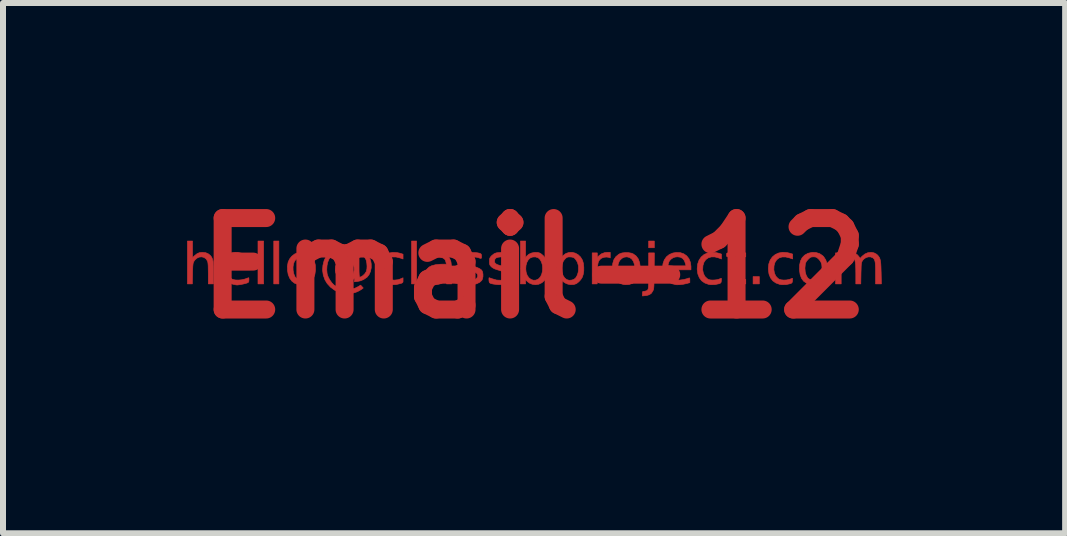
<source format=kicad_pcb>
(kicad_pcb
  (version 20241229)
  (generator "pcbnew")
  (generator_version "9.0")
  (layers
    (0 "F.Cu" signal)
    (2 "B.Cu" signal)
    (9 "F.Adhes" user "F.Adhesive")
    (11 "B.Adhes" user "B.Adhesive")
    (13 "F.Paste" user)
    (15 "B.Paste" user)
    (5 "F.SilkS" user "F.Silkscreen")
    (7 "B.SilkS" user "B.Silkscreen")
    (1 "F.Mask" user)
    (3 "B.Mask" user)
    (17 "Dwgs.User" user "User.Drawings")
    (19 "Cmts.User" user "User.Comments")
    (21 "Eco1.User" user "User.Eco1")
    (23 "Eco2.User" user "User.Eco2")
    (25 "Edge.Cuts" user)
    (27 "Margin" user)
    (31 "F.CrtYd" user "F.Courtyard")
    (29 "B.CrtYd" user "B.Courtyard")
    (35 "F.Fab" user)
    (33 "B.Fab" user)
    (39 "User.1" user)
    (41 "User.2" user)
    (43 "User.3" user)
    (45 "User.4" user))
  (footprint "Email-12"
    (layer "F.Cu")
    (at 5.849 1.418)
    (property "Reference" "Email-12" (at 0 0 0) (layer "F.Cu") (effects (font (size 1.524 1.524) (thickness 0.3))))
    (attr through_hole)
    (fp_poly (pts (xy -4.506 0.263) (xy -4.6 0.263) (xy -4.6 -0.452) (xy -4.506 -0.452) (xy -4.506 0.263)) (stroke (width 0.01) (type solid)) (fill yes) (layer "F.Cu"))
    (fp_poly (pts (xy -4.252 0.263) (xy -4.337 0.263) (xy -4.337 -0.452) (xy -4.252 -0.452) (xy -4.252 0.263)) (stroke (width 0.01) (type solid)) (fill yes) (layer "F.Cu"))
    (fp_poly (pts (xy -1.957 0.263) (xy -2.041 0.263) (xy -2.041 -0.452) (xy -1.957 -0.452) (xy -1.957 0.263)) (stroke (width 0.01) (type solid)) (fill yes) (layer "F.Cu"))
    (fp_poly (pts (xy 2.004 -0.339) (xy 1.91 -0.339) (xy 1.91 -0.452) (xy 2.004 -0.452) (xy 2.004 -0.339)) (stroke (width 0.01) (type solid)) (fill yes) (layer "F.Cu"))
    (fp_poly (pts (xy 3.754 0.263) (xy 3.65 0.263) (xy 3.65 0.141) (xy 3.754 0.141) (xy 3.754 0.263)) (stroke (width 0.01) (type solid)) (fill yes) (layer "F.Cu"))
    (fp_poly (pts (xy 1.27 -0.263) (xy 1.27 -0.17) (xy 1.244 -0.18) (xy 1.209 -0.185) (xy 1.167 -0.181) (xy 1.13 -0.168) (xy 1.115 -0.159) (xy 1.097 -0.142) (xy 1.083 -0.125) (xy 1.072 -0.104) (xy 1.065 -0.075) (xy 1.06 -0.037) (xy 1.057 0.013) (xy 1.056 0.08) (xy 1.055 0.092) (xy 1.052 0.263) (xy 0.969 0.263) (xy 0.969 -0.254) (xy 1.054 -0.254) (xy 1.054 -0.177) (xy 1.08 -0.205) (xy 1.124 -0.239) (xy 1.179 -0.259) (xy 1.224 -0.263) (xy 1.27 -0.263)) (stroke (width 0.01) (type solid)) (fill yes) (layer "F.Cu"))
    (fp_poly (pts (xy 2.002 0.045) (xy 2.001 0.128) (xy 2 0.195) (xy 1.999 0.248) (xy 1.998 0.288) (xy 1.996 0.318) (xy 1.993 0.34) (xy 1.99 0.357) (xy 1.985 0.369) (xy 1.98 0.38) (xy 1.955 0.419) (xy 1.921 0.443) (xy 1.877 0.456) (xy 1.86 0.458) (xy 1.806 0.464) (xy 1.806 0.425) (xy 1.807 0.4) (xy 1.813 0.389) (xy 1.828 0.386) (xy 1.839 0.386) (xy 1.874 0.378) (xy 1.891 0.365) (xy 1.896 0.359) (xy 1.9 0.351) (xy 1.903 0.339) (xy 1.906 0.322) (xy 1.907 0.297) (xy 1.909 0.263) (xy 1.909 0.216) (xy 1.91 0.156) (xy 1.91 0.08) (xy 1.91 0.045) (xy 1.91 -0.254) (xy 2.005 -0.254) (xy 2.002 0.045)) (stroke (width 0.01) (type solid)) (fill yes) (layer "F.Cu"))
    (fp_poly (pts (xy 3.358 -0.254) (xy 3.528 -0.254) (xy 3.528 -0.188) (xy 3.358 -0.188) (xy 3.358 -0.021) (xy 3.359 0.047) (xy 3.36 0.098) (xy 3.363 0.135) (xy 3.37 0.16) (xy 3.381 0.176) (xy 3.397 0.184) (xy 3.42 0.188) (xy 3.451 0.188) (xy 3.458 0.188) (xy 3.528 0.188) (xy 3.528 0.263) (xy 3.455 0.262) (xy 3.417 0.261) (xy 3.385 0.259) (xy 3.365 0.257) (xy 3.363 0.257) (xy 3.343 0.248) (xy 3.319 0.233) (xy 3.315 0.23) (xy 3.298 0.213) (xy 3.285 0.188) (xy 3.276 0.153) (xy 3.27 0.107) (xy 3.266 0.047) (xy 3.264 -0.03) (xy 3.264 -0.05) (xy 3.264 -0.188) (xy 3.236 -0.188) (xy 3.217 -0.19) (xy 3.209 -0.199) (xy 3.208 -0.221) (xy 3.209 -0.243) (xy 3.217 -0.252) (xy 3.236 -0.254) (xy 3.264 -0.254) (xy 3.264 -0.395) (xy 3.358 -0.395) (xy 3.358 -0.254)) (stroke (width 0.01) (type solid)) (fill yes) (layer "F.Cu"))
    (fp_poly (pts (xy -5.691 -0.175) (xy -5.656 -0.208) (xy -5.616 -0.24) (xy -5.576 -0.258) (xy -5.531 -0.263) (xy -5.528 -0.263) (xy -5.47 -0.257) (xy -5.424 -0.236) (xy -5.394 -0.211) (xy -5.378 -0.191) (xy -5.366 -0.17) (xy -5.357 -0.145) (xy -5.35 -0.113) (xy -5.346 -0.071) (xy -5.344 -0.017) (xy -5.343 0.053) (xy -5.343 0.079) (xy -5.343 0.263) (xy -5.428 0.263) (xy -5.428 0.089) (xy -5.429 0.018) (xy -5.43 -0.036) (xy -5.433 -0.076) (xy -5.437 -0.103) (xy -5.441 -0.116) (xy -5.465 -0.154) (xy -5.499 -0.178) (xy -5.538 -0.188) (xy -5.579 -0.184) (xy -5.618 -0.166) (xy -5.653 -0.134) (xy -5.667 -0.113) (xy -5.674 -0.099) (xy -5.68 -0.083) (xy -5.683 -0.062) (xy -5.686 -0.033) (xy -5.688 0.008) (xy -5.69 0.063) (xy -5.69 0.092) (xy -5.694 0.263) (xy -5.776 0.263) (xy -5.776 -0.452) (xy -5.691 -0.452) (xy -5.691 -0.175)) (stroke (width 0.01) (type solid)) (fill yes) (layer "F.Cu"))
    (fp_poly (pts (xy -2.283 -0.259) (xy -2.233 -0.248) (xy -2.183 -0.232) (xy -2.183 -0.152) (xy -2.234 -0.17) (xy -2.301 -0.186) (xy -2.36 -0.186) (xy -2.411 -0.17) (xy -2.452 -0.14) (xy -2.482 -0.096) (xy -2.498 -0.041) (xy -2.501 0.022) (xy -2.49 0.087) (xy -2.467 0.137) (xy -2.432 0.172) (xy -2.385 0.193) (xy -2.33 0.2) (xy -2.263 0.193) (xy -2.227 0.18) (xy -2.183 0.161) (xy -2.183 0.202) (xy -2.183 0.227) (xy -2.189 0.241) (xy -2.204 0.25) (xy -2.227 0.257) (xy -2.298 0.274) (xy -2.364 0.277) (xy -2.396 0.273) (xy -2.461 0.251) (xy -2.513 0.214) (xy -2.554 0.163) (xy -2.566 0.143) (xy -2.579 0.112) (xy -2.587 0.085) (xy -2.591 0.053) (xy -2.591 0.01) (xy -2.591 0.009) (xy -2.589 -0.052) (xy -2.579 -0.1) (xy -2.562 -0.14) (xy -2.536 -0.176) (xy -2.528 -0.185) (xy -2.479 -0.224) (xy -2.42 -0.251) (xy -2.354 -0.262) (xy -2.283 -0.259)) (stroke (width 0.01) (type solid)) (fill yes) (layer "F.Cu"))
    (fp_poly (pts (xy 4.215 -0.259) (xy 4.26 -0.249) (xy 4.309 -0.234) (xy 4.309 -0.153) (xy 4.259 -0.17) (xy 4.193 -0.186) (xy 4.134 -0.186) (xy 4.084 -0.17) (xy 4.044 -0.14) (xy 4.015 -0.095) (xy 3.999 -0.039) (xy 3.996 0.026) (xy 4.006 0.084) (xy 4.029 0.134) (xy 4.064 0.171) (xy 4.085 0.185) (xy 4.118 0.195) (xy 4.162 0.199) (xy 4.208 0.197) (xy 4.25 0.189) (xy 4.266 0.184) (xy 4.289 0.175) (xy 4.304 0.17) (xy 4.306 0.169) (xy 4.307 0.178) (xy 4.307 0.199) (xy 4.307 0.208) (xy 4.303 0.234) (xy 4.294 0.248) (xy 4.274 0.258) (xy 4.27 0.259) (xy 4.202 0.274) (xy 4.131 0.276) (xy 4.092 0.27) (xy 4.029 0.247) (xy 3.978 0.211) (xy 3.94 0.161) (xy 3.915 0.099) (xy 3.905 0.025) (xy 3.904 0.004) (xy 3.912 -0.07) (xy 3.935 -0.134) (xy 3.971 -0.186) (xy 4.019 -0.226) (xy 4.076 -0.252) (xy 4.142 -0.264) (xy 4.215 -0.259)) (stroke (width 0.01) (type solid)) (fill yes) (layer "F.Cu"))
    (fp_poly (pts (xy 3.03 -0.259) (xy 3.075 -0.249) (xy 3.123 -0.234) (xy 3.123 -0.152) (xy 3.076 -0.17) (xy 3.012 -0.187) (xy 2.954 -0.187) (xy 2.904 -0.172) (xy 2.862 -0.142) (xy 2.832 -0.098) (xy 2.814 -0.042) (xy 2.814 -0.038) (xy 2.81 0.028) (xy 2.822 0.088) (xy 2.847 0.138) (xy 2.886 0.176) (xy 2.906 0.188) (xy 2.933 0.196) (xy 2.972 0.199) (xy 3.015 0.197) (xy 3.055 0.192) (xy 3.081 0.184) (xy 3.104 0.175) (xy 3.118 0.17) (xy 3.12 0.169) (xy 3.122 0.178) (xy 3.122 0.199) (xy 3.121 0.208) (xy 3.118 0.234) (xy 3.109 0.248) (xy 3.089 0.258) (xy 3.085 0.259) (xy 3.017 0.274) (xy 2.946 0.276) (xy 2.907 0.27) (xy 2.844 0.247) (xy 2.793 0.211) (xy 2.755 0.161) (xy 2.73 0.099) (xy 2.719 0.025) (xy 2.719 0.004) (xy 2.727 -0.07) (xy 2.75 -0.134) (xy 2.786 -0.186) (xy 2.833 -0.226) (xy 2.891 -0.252) (xy 2.957 -0.264) (xy 3.03 -0.259)) (stroke (width 0.01) (type solid)) (fill yes) (layer "F.Cu"))
    (fp_poly (pts (xy 1.573 -0.258) (xy 1.623 -0.249) (xy 1.653 -0.237) (xy 1.702 -0.201) (xy 1.738 -0.152) (xy 1.76 -0.089) (xy 1.77 -0.013) (xy 1.77 0.005) (xy 1.764 0.083) (xy 1.744 0.149) (xy 1.711 0.202) (xy 1.694 0.219) (xy 1.643 0.253) (xy 1.583 0.273) (xy 1.519 0.276) (xy 1.489 0.272) (xy 1.436 0.256) (xy 1.392 0.228) (xy 1.361 0.197) (xy 1.333 0.155) (xy 1.315 0.106) (xy 1.306 0.045) (xy 1.306 0.04) (xy 1.394 0.04) (xy 1.401 0.083) (xy 1.422 0.131) (xy 1.453 0.167) (xy 1.491 0.19) (xy 1.533 0.2) (xy 1.576 0.194) (xy 1.616 0.173) (xy 1.634 0.157) (xy 1.66 0.116) (xy 1.676 0.064) (xy 1.681 0.006) (xy 1.675 -0.053) (xy 1.658 -0.108) (xy 1.654 -0.116) (xy 1.626 -0.154) (xy 1.589 -0.178) (xy 1.547 -0.188) (xy 1.505 -0.183) (xy 1.465 -0.164) (xy 1.431 -0.131) (xy 1.417 -0.108) (xy 1.402 -0.066) (xy 1.395 -0.014) (xy 1.394 0.04) (xy 1.306 0.04) (xy 1.305 -0.006) (xy 1.312 -0.08) (xy 1.331 -0.142) (xy 1.364 -0.191) (xy 1.41 -0.229) (xy 1.425 -0.238) (xy 1.467 -0.253) (xy 1.519 -0.259) (xy 1.573 -0.258)) (stroke (width 0.01) (type solid)) (fill yes) (layer "F.Cu"))
    (fp_poly (pts (xy -3.849 -0.261) (xy -3.784 -0.247) (xy -3.73 -0.219) (xy -3.689 -0.177) (xy -3.661 -0.122) (xy -3.645 -0.053) (xy -3.642 0.028) (xy -3.642 0.031) (xy -3.651 0.101) (xy -3.671 0.159) (xy -3.703 0.208) (xy -3.71 0.215) (xy -3.747 0.244) (xy -3.796 0.264) (xy -3.852 0.275) (xy -3.91 0.275) (xy -3.932 0.272) (xy -3.989 0.252) (xy -4.036 0.216) (xy -4.072 0.167) (xy -4.097 0.105) (xy -4.109 0.032) (xy -4.109 0.03) (xy -4.109 -0.02) (xy -4.016 -0.02) (xy -4.015 0.036) (xy -4.005 0.09) (xy -3.988 0.135) (xy -3.976 0.154) (xy -3.943 0.181) (xy -3.901 0.197) (xy -3.855 0.2) (xy -3.811 0.188) (xy -3.808 0.187) (xy -3.779 0.162) (xy -3.756 0.123) (xy -3.74 0.075) (xy -3.733 0.022) (xy -3.734 -0.032) (xy -3.744 -0.084) (xy -3.763 -0.127) (xy -3.794 -0.162) (xy -3.833 -0.183) (xy -3.876 -0.188) (xy -3.919 -0.179) (xy -3.958 -0.155) (xy -3.99 -0.117) (xy -3.992 -0.114) (xy -4.008 -0.072) (xy -4.016 -0.02) (xy -4.109 -0.02) (xy -4.108 -0.043) (xy -4.097 -0.103) (xy -4.072 -0.154) (xy -4.038 -0.197) (xy -3.99 -0.235) (xy -3.938 -0.256) (xy -3.878 -0.263) (xy -3.849 -0.261)) (stroke (width 0.01) (type solid)) (fill yes) (layer "F.Cu"))
    (fp_poly (pts (xy -0.141 -0.176) (xy -0.121 -0.202) (xy -0.086 -0.232) (xy -0.041 -0.252) (xy 0.011 -0.262) (xy 0.062 -0.261) (xy 0.097 -0.251) (xy 0.126 -0.232) (xy 0.159 -0.202) (xy 0.189 -0.166) (xy 0.212 -0.13) (xy 0.214 -0.124) (xy 0.223 -0.093) (xy 0.228 -0.048) (xy 0.23 0.005) (xy 0.23 0.052) (xy 0.227 0.087) (xy 0.221 0.114) (xy 0.211 0.141) (xy 0.209 0.147) (xy 0.175 0.203) (xy 0.131 0.243) (xy 0.079 0.268) (xy 0.022 0.276) (xy -0.031 0.268) (xy -0.075 0.25) (xy -0.109 0.225) (xy -0.141 0.194) (xy -0.141 0.263) (xy -0.226 0.263) (xy -0.226 0.012) (xy -0.138 0.012) (xy -0.132 0.067) (xy -0.115 0.119) (xy -0.087 0.16) (xy -0.051 0.188) (xy -0.011 0.202) (xy 0.031 0.2) (xy 0.073 0.181) (xy 0.075 0.179) (xy 0.106 0.147) (xy 0.127 0.104) (xy 0.14 0.053) (xy 0.143 -0.001) (xy 0.138 -0.055) (xy 0.123 -0.104) (xy 0.1 -0.144) (xy 0.069 -0.173) (xy 0.065 -0.174) (xy 0.023 -0.187) (xy -0.023 -0.185) (xy -0.064 -0.169) (xy -0.095 -0.14) (xy -0.119 -0.097) (xy -0.134 -0.045) (xy -0.138 0.012) (xy -0.226 0.012) (xy -0.226 -0.452) (xy -0.141 -0.452) (xy -0.141 -0.176)) (stroke (width 0.01) (type solid)) (fill yes) (layer "F.Cu"))
    (fp_poly (pts (xy 4.699 -0.26) (xy 4.758 -0.242) (xy 4.808 -0.208) (xy 4.826 -0.191) (xy 4.861 -0.137) (xy 4.883 -0.074) (xy 4.892 -0.005) (xy 4.888 0.064) (xy 4.87 0.132) (xy 4.838 0.192) (xy 4.835 0.197) (xy 4.796 0.235) (xy 4.746 0.261) (xy 4.687 0.276) (xy 4.625 0.276) (xy 4.603 0.272) (xy 4.542 0.252) (xy 4.493 0.218) (xy 4.457 0.17) (xy 4.434 0.108) (xy 4.423 0.032) (xy 4.423 0.031) (xy 4.424 0.001) (xy 4.514 0.001) (xy 4.519 0.063) (xy 4.534 0.117) (xy 4.558 0.16) (xy 4.57 0.173) (xy 4.606 0.193) (xy 4.649 0.201) (xy 4.693 0.196) (xy 4.729 0.181) (xy 4.761 0.15) (xy 4.783 0.105) (xy 4.795 0.048) (xy 4.795 0.043) (xy 4.798 -0.017) (xy 4.794 -0.063) (xy 4.781 -0.099) (xy 4.76 -0.131) (xy 4.746 -0.147) (xy 4.721 -0.17) (xy 4.702 -0.182) (xy 4.681 -0.187) (xy 4.657 -0.188) (xy 4.629 -0.187) (xy 4.608 -0.181) (xy 4.589 -0.167) (xy 4.568 -0.147) (xy 4.54 -0.115) (xy 4.525 -0.085) (xy 4.52 -0.065) (xy 4.514 0.001) (xy 4.424 0.001) (xy 4.425 -0.051) (xy 4.44 -0.119) (xy 4.468 -0.174) (xy 4.51 -0.217) (xy 4.565 -0.247) (xy 4.573 -0.249) (xy 4.636 -0.263) (xy 4.699 -0.26)) (stroke (width 0.01) (type solid)) (fill yes) (layer "F.Cu"))
    (fp_poly (pts (xy 0.687 -0.25) (xy 0.734 -0.224) (xy 0.775 -0.185) (xy 0.806 -0.134) (xy 0.807 -0.132) (xy 0.822 -0.08) (xy 0.829 -0.019) (xy 0.829 0.044) (xy 0.82 0.103) (xy 0.804 0.151) (xy 0.803 0.153) (xy 0.779 0.191) (xy 0.746 0.227) (xy 0.712 0.254) (xy 0.702 0.26) (xy 0.661 0.273) (xy 0.613 0.275) (xy 0.564 0.267) (xy 0.523 0.25) (xy 0.496 0.233) (xy 0.477 0.216) (xy 0.471 0.209) (xy 0.467 0.209) (xy 0.464 0.223) (xy 0.462 0.255) (xy 0.461 0.303) (xy 0.461 0.327) (xy 0.461 0.461) (xy 0.367 0.461) (xy 0.367 0.001) (xy 0.461 0.001) (xy 0.467 0.067) (xy 0.483 0.122) (xy 0.51 0.163) (xy 0.544 0.191) (xy 0.586 0.203) (xy 0.633 0.198) (xy 0.666 0.186) (xy 0.693 0.164) (xy 0.716 0.127) (xy 0.733 0.08) (xy 0.741 0.032) (xy 0.74 -0.038) (xy 0.723 -0.098) (xy 0.692 -0.147) (xy 0.672 -0.168) (xy 0.652 -0.179) (xy 0.624 -0.185) (xy 0.611 -0.186) (xy 0.579 -0.187) (xy 0.557 -0.183) (xy 0.538 -0.172) (xy 0.527 -0.164) (xy 0.491 -0.122) (xy 0.469 -0.07) (xy 0.461 -0.006) (xy 0.461 0.001) (xy 0.367 0.001) (xy 0.367 -0.254) (xy 0.461 -0.254) (xy 0.461 -0.186) (xy 0.486 -0.211) (xy 0.531 -0.244) (xy 0.582 -0.261) (xy 0.635 -0.263) (xy 0.687 -0.25)) (stroke (width 0.01) (type solid)) (fill yes) (layer "F.Cu"))
    (fp_poly (pts (xy -4.94 -0.262) (xy -4.877 -0.249) (xy -4.825 -0.22) (xy -4.783 -0.178) (xy -4.754 -0.121) (xy -4.737 -0.052) (xy -4.735 -0.035) (xy -4.729 0.028) (xy -5.125 0.028) (xy -5.118 0.059) (xy -5.1 0.113) (xy -5.074 0.152) (xy -5.039 0.179) (xy -5.019 0.189) (xy -4.98 0.197) (xy -4.931 0.199) (xy -4.877 0.195) (xy -4.826 0.184) (xy -4.812 0.18) (xy -4.783 0.169) (xy -4.761 0.162) (xy -4.753 0.16) (xy -4.752 0.168) (xy -4.751 0.189) (xy -4.751 0.197) (xy -4.753 0.223) (xy -4.761 0.237) (xy -4.782 0.248) (xy -4.783 0.248) (xy -4.805 0.255) (xy -4.838 0.263) (xy -4.875 0.271) (xy -4.912 0.277) (xy -4.941 0.281) (xy -4.955 0.281) (xy -4.968 0.279) (xy -4.993 0.274) (xy -5.016 0.269) (xy -5.08 0.247) (xy -5.132 0.21) (xy -5.172 0.16) (xy -5.198 0.098) (xy -5.21 0.027) (xy -5.208 -0.045) (xy -5.203 -0.065) (xy -5.117 -0.065) (xy -5.116 -0.052) (xy -5.105 -0.044) (xy -5.083 -0.04) (xy -5.047 -0.038) (xy -4.995 -0.038) (xy -4.968 -0.038) (xy -4.819 -0.038) (xy -4.827 -0.076) (xy -4.836 -0.106) (xy -4.847 -0.13) (xy -4.849 -0.134) (xy -4.882 -0.165) (xy -4.923 -0.183) (xy -4.968 -0.189) (xy -5.013 -0.181) (xy -5.054 -0.162) (xy -5.087 -0.131) (xy -5.099 -0.11) (xy -5.111 -0.084) (xy -5.117 -0.065) (xy -5.203 -0.065) (xy -5.193 -0.106) (xy -5.163 -0.159) (xy -5.133 -0.193) (xy -5.085 -0.232) (xy -5.035 -0.254) (xy -4.978 -0.263) (xy -4.94 -0.262)) (stroke (width 0.01) (type solid)) (fill yes) (layer "F.Cu"))
    (fp_poly (pts (xy 2.438 -0.258) (xy 2.496 -0.238) (xy 2.544 -0.204) (xy 2.581 -0.157) (xy 2.605 -0.098) (xy 2.615 -0.029) (xy 2.615 -0.017) (xy 2.615 0.028) (xy 2.422 0.028) (xy 2.356 0.028) (xy 2.306 0.029) (xy 2.271 0.03) (xy 2.248 0.034) (xy 2.235 0.039) (xy 2.231 0.048) (xy 2.232 0.061) (xy 2.238 0.078) (xy 2.24 0.086) (xy 2.265 0.137) (xy 2.299 0.172) (xy 2.323 0.186) (xy 2.369 0.197) (xy 2.427 0.199) (xy 2.49 0.191) (xy 2.553 0.175) (xy 2.58 0.165) (xy 2.59 0.163) (xy 2.595 0.171) (xy 2.596 0.194) (xy 2.596 0.2) (xy 2.596 0.242) (xy 2.542 0.257) (xy 2.485 0.269) (xy 2.429 0.276) (xy 2.38 0.277) (xy 2.366 0.276) (xy 2.3 0.26) (xy 2.247 0.233) (xy 2.208 0.199) (xy 2.176 0.159) (xy 2.155 0.119) (xy 2.144 0.072) (xy 2.141 0.014) (xy 2.141 0.005) (xy 2.146 -0.048) (xy 2.233 -0.048) (xy 2.237 -0.044) (xy 2.249 -0.041) (xy 2.271 -0.039) (xy 2.305 -0.038) (xy 2.355 -0.038) (xy 2.38 -0.038) (xy 2.532 -0.038) (xy 2.525 -0.068) (xy 2.507 -0.122) (xy 2.478 -0.16) (xy 2.439 -0.182) (xy 2.389 -0.189) (xy 2.348 -0.184) (xy 2.314 -0.171) (xy 2.281 -0.148) (xy 2.256 -0.12) (xy 2.244 -0.096) (xy 2.238 -0.071) (xy 2.233 -0.054) (xy 2.233 -0.048) (xy 2.146 -0.048) (xy 2.148 -0.071) (xy 2.17 -0.136) (xy 2.206 -0.188) (xy 2.254 -0.227) (xy 2.314 -0.252) (xy 2.372 -0.261) (xy 2.438 -0.258)) (stroke (width 0.01) (type solid)) (fill yes) (layer "F.Cu"))
    (fp_poly (pts (xy -0.992 -0.26) (xy -0.947 -0.256) (xy -0.911 -0.249) (xy -0.901 -0.246) (xy -0.884 -0.236) (xy -0.876 -0.221) (xy -0.875 -0.198) (xy -0.876 -0.174) (xy -0.881 -0.163) (xy -0.894 -0.163) (xy -0.92 -0.171) (xy -0.927 -0.174) (xy -0.961 -0.182) (xy -1.004 -0.186) (xy -1.047 -0.187) (xy -1.085 -0.183) (xy -1.11 -0.176) (xy -1.135 -0.156) (xy -1.149 -0.128) (xy -1.15 -0.102) (xy -1.139 -0.083) (xy -1.117 -0.066) (xy -1.079 -0.051) (xy -1.029 -0.036) (xy -0.963 -0.016) (xy -0.913 0.005) (xy -0.878 0.029) (xy -0.87 0.038) (xy -0.857 0.064) (xy -0.851 0.101) (xy -0.851 0.141) (xy -0.859 0.179) (xy -0.871 0.204) (xy -0.907 0.237) (xy -0.957 0.261) (xy -1.018 0.274) (xy -1.086 0.275) (xy -1.121 0.272) (xy -1.169 0.265) (xy -1.202 0.258) (xy -1.222 0.25) (xy -1.233 0.239) (xy -1.238 0.223) (xy -1.24 0.204) (xy -1.241 0.178) (xy -1.239 0.162) (xy -1.238 0.16) (xy -1.227 0.163) (xy -1.205 0.171) (xy -1.188 0.177) (xy -1.131 0.195) (xy -1.077 0.202) (xy -1.028 0.201) (xy -0.987 0.19) (xy -0.957 0.171) (xy -0.941 0.145) (xy -0.938 0.128) (xy -0.946 0.097) (xy -0.97 0.073) (xy -1.012 0.055) (xy -1.025 0.051) (xy -1.082 0.035) (xy -1.124 0.022) (xy -1.154 0.011) (xy -1.175 0.000311) (xy -1.191 -0.011) (xy -1.199 -0.019) (xy -1.226 -0.058) (xy -1.236 -0.102) (xy -1.231 -0.146) (xy -1.212 -0.187) (xy -1.181 -0.222) (xy -1.138 -0.248) (xy -1.118 -0.255) (xy -1.085 -0.26) (xy -1.041 -0.261) (xy -0.992 -0.26)) (stroke (width 0.01) (type solid)) (fill yes) (layer "F.Cu"))
    (fp_poly (pts (xy 5.664 -0.255) (xy 5.708 -0.232) (xy 5.726 -0.215) (xy 5.743 -0.195) (xy 5.756 -0.174) (xy 5.766 -0.148) (xy 5.773 -0.116) (xy 5.778 -0.075) (xy 5.781 -0.021) (xy 5.783 0.048) (xy 5.784 0.073) (xy 5.788 0.263) (xy 5.691 0.263) (xy 5.691 0.084) (xy 5.691 0.012) (xy 5.689 -0.045) (xy 5.686 -0.087) (xy 5.68 -0.119) (xy 5.672 -0.142) (xy 5.66 -0.159) (xy 5.645 -0.172) (xy 5.643 -0.173) (xy 5.608 -0.187) (xy 5.567 -0.187) (xy 5.527 -0.173) (xy 5.492 -0.148) (xy 5.474 -0.126) (xy 5.466 -0.112) (xy 5.46 -0.098) (xy 5.456 -0.081) (xy 5.453 -0.057) (xy 5.451 -0.023) (xy 5.45 0.022) (xy 5.448 0.084) (xy 5.448 0.087) (xy 5.445 0.263) (xy 5.362 0.263) (xy 5.362 0.092) (xy 5.361 0.013) (xy 5.359 -0.049) (xy 5.354 -0.097) (xy 5.346 -0.131) (xy 5.333 -0.156) (xy 5.316 -0.171) (xy 5.293 -0.181) (xy 5.264 -0.185) (xy 5.261 -0.186) (xy 5.228 -0.186) (xy 5.202 -0.178) (xy 5.184 -0.168) (xy 5.163 -0.151) (xy 5.146 -0.134) (xy 5.134 -0.112) (xy 5.126 -0.085) (xy 5.121 -0.047) (xy 5.119 0.002) (xy 5.118 0.067) (xy 5.118 0.092) (xy 5.118 0.263) (xy 5.024 0.263) (xy 5.024 -0.254) (xy 5.118 -0.254) (xy 5.118 -0.188) (xy 5.161 -0.221) (xy 5.197 -0.246) (xy 5.23 -0.259) (xy 5.266 -0.263) (xy 5.298 -0.261) (xy 5.348 -0.249) (xy 5.389 -0.221) (xy 5.414 -0.191) (xy 5.434 -0.163) (xy 5.468 -0.199) (xy 5.513 -0.235) (xy 5.563 -0.257) (xy 5.615 -0.263) (xy 5.664 -0.255)) (stroke (width 0.01) (type solid)) (fill yes) (layer "F.Cu"))
    (fp_poly (pts (xy -1.535 -0.255) (xy -1.487 -0.242) (xy -1.481 -0.239) (xy -1.441 -0.21) (xy -1.409 -0.166) (xy -1.387 -0.114) (xy -1.383 -0.095) (xy -1.38 -0.068) (xy -1.377 -0.027) (xy -1.375 0.024) (xy -1.374 0.08) (xy -1.373 0.109) (xy -1.373 0.263) (xy -1.458 0.263) (xy -1.458 0.186) (xy -1.477 0.21) (xy -1.51 0.239) (xy -1.556 0.26) (xy -1.607 0.273) (xy -1.659 0.276) (xy -1.687 0.272) (xy -1.738 0.252) (xy -1.776 0.219) (xy -1.8 0.174) (xy -1.809 0.118) (xy -1.809 0.112) (xy -1.809 0.111) (xy -1.722 0.111) (xy -1.713 0.146) (xy -1.69 0.178) (xy -1.659 0.198) (xy -1.651 0.201) (xy -1.62 0.203) (xy -1.581 0.197) (xy -1.546 0.185) (xy -1.542 0.183) (xy -1.507 0.154) (xy -1.481 0.111) (xy -1.467 0.065) (xy -1.462 0.037) (xy -1.459 0.018) (xy -1.458 0.013) (xy -1.467 0.011) (xy -1.49 0.01) (xy -1.524 0.01) (xy -1.548 0.009) (xy -1.611 0.012) (xy -1.658 0.019) (xy -1.69 0.034) (xy -1.71 0.056) (xy -1.72 0.086) (xy -1.722 0.111) (xy -1.809 0.111) (xy -1.802 0.059) (xy -1.783 0.016) (xy -1.75 -0.017) (xy -1.703 -0.041) (xy -1.64 -0.057) (xy -1.562 -0.065) (xy -1.518 -0.066) (xy -1.46 -0.066) (xy -1.468 -0.099) (xy -1.476 -0.125) (xy -1.485 -0.144) (xy -1.486 -0.145) (xy -1.516 -0.168) (xy -1.559 -0.182) (xy -1.61 -0.187) (xy -1.665 -0.183) (xy -1.719 -0.169) (xy -1.748 -0.159) (xy -1.769 -0.153) (xy -1.776 -0.151) (xy -1.777 -0.159) (xy -1.777 -0.18) (xy -1.776 -0.19) (xy -1.773 -0.23) (xy -1.712 -0.247) (xy -1.654 -0.258) (xy -1.593 -0.261) (xy -1.535 -0.255)) (stroke (width 0.01) (type solid)) (fill yes) (layer "F.Cu"))
    (fp_poly (pts (xy -0.502 -0.26) (xy -0.457 -0.256) (xy -0.42 -0.249) (xy -0.412 -0.246) (xy -0.395 -0.236) (xy -0.387 -0.221) (xy -0.386 -0.198) (xy -0.387 -0.174) (xy -0.39 -0.161) (xy -0.391 -0.16) (xy -0.402 -0.163) (xy -0.425 -0.17) (xy -0.443 -0.175) (xy -0.504 -0.186) (xy -0.554 -0.187) (xy -0.602 -0.181) (xy -0.634 -0.169) (xy -0.652 -0.149) (xy -0.658 -0.12) (xy -0.659 -0.116) (xy -0.655 -0.094) (xy -0.643 -0.077) (xy -0.62 -0.062) (xy -0.582 -0.048) (xy -0.54 -0.036) (xy -0.476 -0.018) (xy -0.429 0.002) (xy -0.396 0.024) (xy -0.375 0.05) (xy -0.363 0.084) (xy -0.36 0.111) (xy -0.359 0.146) (xy -0.364 0.171) (xy -0.376 0.194) (xy -0.378 0.197) (xy -0.413 0.233) (xy -0.463 0.259) (xy -0.523 0.273) (xy -0.593 0.276) (xy -0.632 0.272) (xy -0.68 0.265) (xy -0.713 0.258) (xy -0.733 0.25) (xy -0.744 0.239) (xy -0.749 0.223) (xy -0.751 0.204) (xy -0.752 0.178) (xy -0.75 0.162) (xy -0.749 0.16) (xy -0.738 0.163) (xy -0.716 0.171) (xy -0.699 0.177) (xy -0.623 0.199) (xy -0.552 0.202) (xy -0.521 0.197) (xy -0.482 0.183) (xy -0.457 0.16) (xy -0.446 0.133) (xy -0.449 0.106) (xy -0.469 0.081) (xy -0.502 0.062) (xy -0.531 0.053) (xy -0.57 0.04) (xy -0.61 0.028) (xy -0.611 0.028) (xy -0.66 0.011) (xy -0.695 -0.009) (xy -0.712 -0.023) (xy -0.73 -0.043) (xy -0.739 -0.061) (xy -0.743 -0.085) (xy -0.743 -0.112) (xy -0.742 -0.145) (xy -0.737 -0.167) (xy -0.725 -0.186) (xy -0.708 -0.206) (xy -0.665 -0.24) (xy -0.63 -0.254) (xy -0.596 -0.259) (xy -0.551 -0.261) (xy -0.502 -0.26)) (stroke (width 0.01) (type solid)) (fill yes) (layer "F.Cu"))
    (fp_poly (pts (xy -3.037 -0.392) (xy -2.963 -0.374) (xy -2.895 -0.343) (xy -2.835 -0.3) (xy -2.784 -0.247) (xy -2.745 -0.184) (xy -2.72 -0.113) (xy -2.713 -0.069) (xy -2.713 -0.004) (xy -2.726 0.057) (xy -2.75 0.11) (xy -2.784 0.152) (xy -2.788 0.154) (xy -2.84 0.19) (xy -2.895 0.212) (xy -2.943 0.222) (xy -2.992 0.228) (xy -2.992 0.17) (xy -3.025 0.193) (xy -3.076 0.217) (xy -3.127 0.225) (xy -3.177 0.217) (xy -3.223 0.195) (xy -3.261 0.161) (xy -3.29 0.116) (xy -3.308 0.061) (xy -3.31 0.036) (xy -3.235 0.036) (xy -3.223 0.078) (xy -3.201 0.113) (xy -3.171 0.139) (xy -3.134 0.153) (xy -3.093 0.153) (xy -3.057 0.141) (xy -3.028 0.116) (xy -3.008 0.078) (xy -2.997 0.033) (xy -2.999 -0.016) (xy -3.001 -0.024) (xy -3.017 -0.062) (xy -3.044 -0.094) (xy -3.078 -0.115) (xy -3.109 -0.122) (xy -3.156 -0.114) (xy -3.194 -0.089) (xy -3.217 -0.057) (xy -3.233 -0.009) (xy -3.235 0.036) (xy -3.31 0.036) (xy -3.311 0.019) (xy -3.304 -0.036) (xy -3.285 -0.088) (xy -3.256 -0.133) (xy -3.22 -0.167) (xy -3.199 -0.179) (xy -3.158 -0.188) (xy -3.11 -0.186) (xy -3.063 -0.176) (xy -3.026 -0.157) (xy -3.025 -0.157) (xy -2.992 -0.131) (xy -2.992 -0.155) (xy -2.99 -0.17) (xy -2.98 -0.177) (xy -2.958 -0.179) (xy -2.954 -0.179) (xy -2.916 -0.179) (xy -2.916 -0.014) (xy -2.916 0.054) (xy -2.914 0.104) (xy -2.911 0.136) (xy -2.907 0.15) (xy -2.906 0.151) (xy -2.879 0.143) (xy -2.849 0.123) (xy -2.82 0.094) (xy -2.799 0.062) (xy -2.794 0.052) (xy -2.785 0.013) (xy -2.783 -0.035) (xy -2.787 -0.085) (xy -2.796 -0.128) (xy -2.801 -0.143) (xy -2.838 -0.205) (xy -2.886 -0.254) (xy -2.943 -0.291) (xy -3.006 -0.315) (xy -3.072 -0.327) (xy -3.141 -0.326) (xy -3.208 -0.313) (xy -3.272 -0.289) (xy -3.33 -0.253) (xy -3.379 -0.205) (xy -3.419 -0.146) (xy -3.439 -0.096) (xy -3.45 -0.04) (xy -3.454 0.024) (xy -3.449 0.086) (xy -3.443 0.114) (xy -3.426 0.156) (xy -3.4 0.202) (xy -3.368 0.246) (xy -3.336 0.279) (xy -3.275 0.319) (xy -3.205 0.345) (xy -3.131 0.356) (xy -3.055 0.353) (xy -2.983 0.334) (xy -2.924 0.305) (xy -2.89 0.283) (xy -2.868 0.307) (xy -2.846 0.331) (xy -2.869 0.349) (xy -2.892 0.364) (xy -2.922 0.381) (xy -2.94 0.39) (xy -2.969 0.402) (xy -2.999 0.411) (xy -3.036 0.419) (xy -3.085 0.426) (xy -3.095 0.427) (xy -3.117 0.428) (xy -3.15 0.426) (xy -3.175 0.422) (xy -3.252 0.402) (xy -3.325 0.366) (xy -3.392 0.316) (xy -3.447 0.256) (xy -3.484 0.195) (xy -3.512 0.117) (xy -3.524 0.035) (xy -3.518 -0.046) (xy -3.498 -0.126) (xy -3.463 -0.199) (xy -3.414 -0.265) (xy -3.351 -0.319) (xy -3.344 -0.325) (xy -3.269 -0.364) (xy -3.192 -0.388) (xy -3.114 -0.397) (xy -3.037 -0.392)) (stroke (width 0.01) (type solid)) (fill yes) (layer "F.Cu")))
  (gr_rect
    (start -3 -3)
    (end 14.699 5.836)
    (stroke (width 0.1) (type default))
    (fill no)
    (layer "Edge.Cuts")))
</source>
